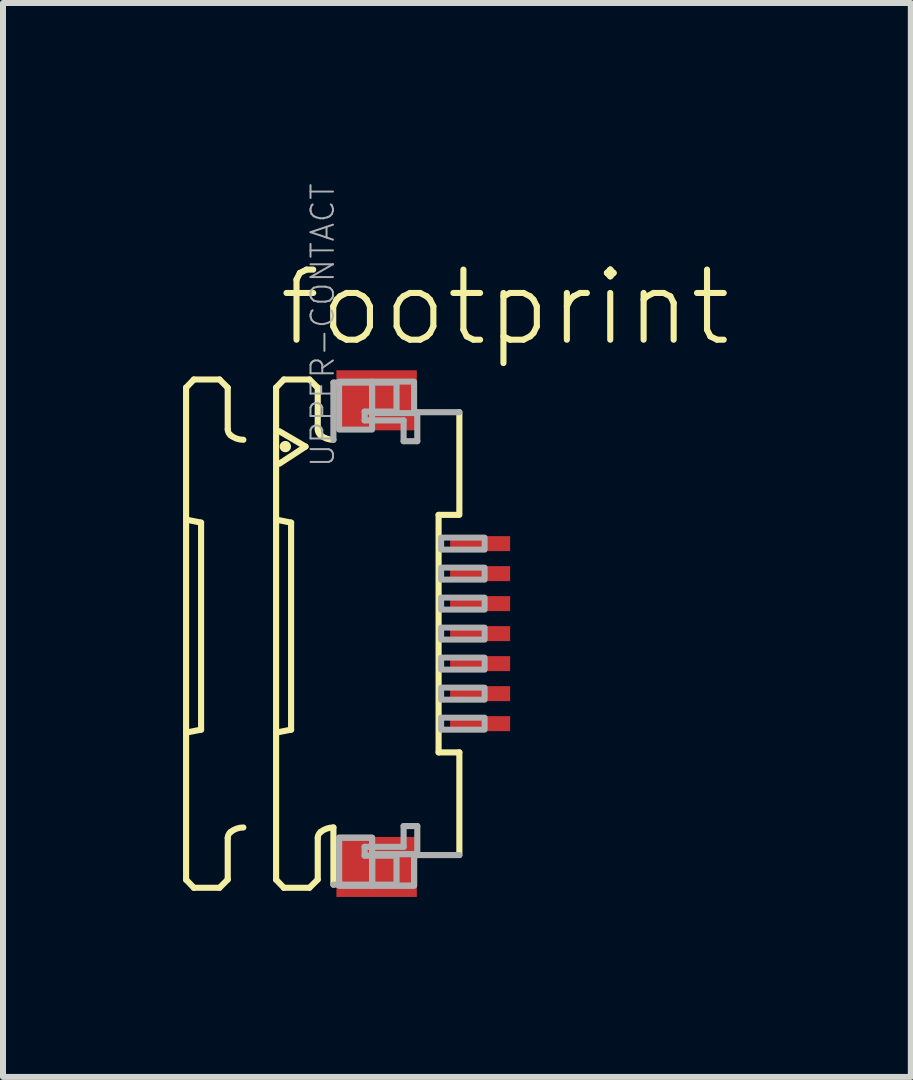
<source format=kicad_pcb>
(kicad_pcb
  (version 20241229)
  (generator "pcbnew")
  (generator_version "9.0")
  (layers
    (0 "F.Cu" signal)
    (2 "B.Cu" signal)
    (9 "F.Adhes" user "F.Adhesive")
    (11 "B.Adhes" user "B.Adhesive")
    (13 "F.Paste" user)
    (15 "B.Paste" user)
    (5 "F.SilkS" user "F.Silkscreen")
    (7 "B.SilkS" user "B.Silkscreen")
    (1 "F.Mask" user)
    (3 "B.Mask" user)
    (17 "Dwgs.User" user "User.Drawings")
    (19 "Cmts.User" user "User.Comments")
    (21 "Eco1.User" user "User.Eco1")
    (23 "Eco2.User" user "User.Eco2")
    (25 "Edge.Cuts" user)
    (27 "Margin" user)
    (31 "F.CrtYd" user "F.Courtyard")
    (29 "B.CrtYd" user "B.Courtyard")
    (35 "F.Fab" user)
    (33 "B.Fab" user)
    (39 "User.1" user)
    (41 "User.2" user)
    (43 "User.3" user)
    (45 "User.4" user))
  (footprint "footprint"
    (layer "F.Cu")
    (at 3.046 7.509)
    (property "Reference" "footprint" (at -1.5 -4.75 0) (layer "F.SilkS") (effects (font (size 1.168 1.168) (thickness 0.102)) (justify left bottom)))
    (fp_poly (pts (xy 1.355 -1.325) (xy 2.455 -1.325) (xy 2.455 -1.675) (xy 1.355 -1.675)) (stroke (width 0) (type solid)) (fill yes) (layer "F.Mask"))
    (fp_poly (pts (xy 1.355 -0.825) (xy 2.455 -0.825) (xy 2.455 -1.175) (xy 1.355 -1.175)) (stroke (width 0) (type solid)) (fill yes) (layer "F.Mask"))
    (fp_poly (pts (xy 1.355 -0.325) (xy 2.455 -0.325) (xy 2.455 -0.675) (xy 1.355 -0.675)) (stroke (width 0) (type solid)) (fill yes) (layer "F.Mask"))
    (fp_poly (pts (xy 1.355 0.175) (xy 2.455 0.175) (xy 2.455 -0.175) (xy 1.355 -0.175)) (stroke (width 0) (type solid)) (fill yes) (layer "F.Mask"))
    (fp_poly (pts (xy 1.355 0.675) (xy 2.455 0.675) (xy 2.455 0.325) (xy 1.355 0.325)) (stroke (width 0) (type solid)) (fill yes) (layer "F.Mask"))
    (fp_poly (pts (xy 1.355 1.175) (xy 2.455 1.175) (xy 2.455 0.825) (xy 1.355 0.825)) (stroke (width 0) (type solid)) (fill yes) (layer "F.Mask"))
    (fp_poly (pts (xy 1.355 1.675) (xy 2.455 1.675) (xy 2.455 1.325) (xy 1.355 1.325)) (stroke (width 0) (type solid)) (fill yes) (layer "F.Mask"))
    (fp_line (start -2.995 -4.1) (end -2.865 -4.235) (stroke (width 0.102) (type solid)) (layer "F.SilkS"))
    (fp_line (start -2.995 -1.9) (end -2.745 -1.85) (stroke (width 0.102) (type solid)) (layer "F.SilkS"))
    (fp_line (start -2.995 4.1) (end -2.995 -4.1) (stroke (width 0.102) (type solid)) (layer "F.SilkS"))
    (fp_line (start -2.995 4.1) (end -2.865 4.235) (stroke (width 0.102) (type solid)) (layer "F.SilkS"))
    (fp_line (start -2.865 -4.235) (end -2.438 -4.235) (stroke (width 0.102) (type solid)) (layer "F.SilkS"))
    (fp_line (start -2.865 4.235) (end -2.438 4.235) (stroke (width 0.102) (type solid)) (layer "F.SilkS"))
    (fp_line (start -2.745 1.6) (end -2.995 1.65) (stroke (width 0.102) (type solid)) (layer "F.SilkS"))
    (fp_line (start -2.745 1.6) (end -2.745 -1.85) (stroke (width 0.102) (type solid)) (layer "F.SilkS"))
    (fp_line (start -2.438 -4.235) (end -2.301 -4.098) (stroke (width 0.102) (type solid)) (layer "F.SilkS"))
    (fp_line (start -2.438 4.235) (end -2.301 4.098) (stroke (width 0.102) (type solid)) (layer "F.SilkS"))
    (fp_line (start -2.301 -4.098) (end -2.301 -3.406) (stroke (width 0.102) (type solid)) (layer "F.SilkS"))
    (fp_line (start -2.301 4.098) (end -2.301 3.406) (stroke (width 0.102) (type solid)) (layer "F.SilkS"))
    (fp_line (start -1.495 -4.1) (end -1.365 -4.235) (stroke (width 0.102) (type solid)) (layer "F.SilkS"))
    (fp_line (start -1.495 -1.9) (end -1.245 -1.85) (stroke (width 0.102) (type solid)) (layer "F.SilkS"))
    (fp_line (start -1.495 4.1) (end -1.495 -4.1) (stroke (width 0.102) (type solid)) (layer "F.SilkS"))
    (fp_line (start -1.495 4.1) (end -1.365 4.235) (stroke (width 0.102) (type solid)) (layer "F.SilkS"))
    (fp_line (start -1.441 -3.373) (end -1.005 -3.117) (stroke (width 0.102) (type solid)) (layer "F.SilkS"))
    (fp_line (start -1.365 -4.235) (end -0.939 -4.235) (stroke (width 0.102) (type solid)) (layer "F.SilkS"))
    (fp_line (start -1.365 4.235) (end -0.939 4.235) (stroke (width 0.102) (type solid)) (layer "F.SilkS"))
    (fp_line (start -1.245 1.6) (end -1.495 1.65) (stroke (width 0.102) (type solid)) (layer "F.SilkS"))
    (fp_line (start -1.245 1.6) (end -1.245 -1.85) (stroke (width 0.102) (type solid)) (layer "F.SilkS"))
    (fp_line (start -1.005 -3.117) (end -1.441 -2.832) (stroke (width 0.102) (type solid)) (layer "F.SilkS"))
    (fp_line (start -0.939 -4.235) (end -0.801 -4.098) (stroke (width 0.102) (type solid)) (layer "F.SilkS"))
    (fp_line (start -0.939 4.235) (end -0.801 4.098) (stroke (width 0.102) (type solid)) (layer "F.SilkS"))
    (fp_line (start -0.801 -4.098) (end -0.801 -3.406) (stroke (width 0.102) (type solid)) (layer "F.SilkS"))
    (fp_line (start -0.801 4.098) (end -0.801 3.406) (stroke (width 0.102) (type solid)) (layer "F.SilkS"))
    (fp_line (start -0.54 3.23) (end -0.54 4.183) (stroke (width 0.102) (type solid)) (layer "F.SilkS"))
    (fp_line (start 1.213 1.979) (end 1.213 -1.979) (stroke (width 0.102) (type solid)) (layer "F.SilkS"))
    (fp_line (start 1.538 -1.979) (end 1.213 -1.979) (stroke (width 0.102) (type solid)) (layer "F.SilkS"))
    (fp_line (start 1.559 -3.69) (end 1.559 -1.979) (stroke (width 0.102) (type solid)) (layer "F.SilkS"))
    (fp_line (start 1.559 1.979) (end 1.213 1.979) (stroke (width 0.102) (type solid)) (layer "F.SilkS"))
    (fp_line (start 1.559 3.69) (end 1.559 1.979) (stroke (width 0.102) (type solid)) (layer "F.SilkS"))
    (fp_arc (start -2.301 3.4057) (mid -2.288538 3.350596) (end -2.2536 3.306199) (stroke (width 0.1016) (type solid)) (layer "F.SilkS"))
    (fp_arc (start -2.2536 -3.306199) (mid -2.288538 -3.350596) (end -2.301 -3.4057) (stroke (width 0.1016) (type solid)) (layer "F.SilkS"))
    (fp_arc (start -2.2536 3.3062) (mid -2.153476 3.249935) (end -2.0403 3.230399) (stroke (width 0.1016) (type solid)) (layer "F.SilkS"))
    (fp_arc (start -2.0403 -3.230399) (mid -2.153476 -3.249935) (end -2.2536 -3.3062) (stroke (width 0.1016) (type solid)) (layer "F.SilkS"))
    (fp_arc (start -0.801 3.4057) (mid -0.788538 3.350596) (end -0.7536 3.306199) (stroke (width 0.1016) (type solid)) (layer "F.SilkS"))
    (fp_arc (start -0.7536 -3.306199) (mid -0.788538 -3.350596) (end -0.801 -3.4057) (stroke (width 0.1016) (type solid)) (layer "F.SilkS"))
    (fp_arc (start -0.7536 3.3062) (mid -0.653476 3.249935) (end -0.5403 3.230399) (stroke (width 0.1016) (type solid)) (layer "F.SilkS"))
    (fp_arc (start -0.5403 -3.230399) (mid -0.653476 -3.249935) (end -0.7536 -3.3062) (stroke (width 0.1016) (type solid)) (layer "F.SilkS"))
    (fp_circle (center -1.341 -3.117) (end -1.294 -3.117) (stroke (width 0.095) (type solid)) (fill yes) (layer "F.SilkS"))
    (fp_line (start -0.54 -4.183) (end 0.512 -4.183) (stroke (width 0.102) (type solid)) (layer "F.Fab"))
    (fp_line (start -0.54 -3.23) (end -0.54 -4.183) (stroke (width 0.102) (type solid)) (layer "F.Fab"))
    (fp_line (start -0.54 4.183) (end 0.512 4.183) (stroke (width 0.102) (type solid)) (layer "F.Fab"))
    (fp_line (start -0.019 -3.7) (end -0.019 -3.553) (stroke (width 0.102) (type solid)) (layer "F.Fab"))
    (fp_line (start -0.019 -3.553) (end 0.63 -3.553) (stroke (width 0.102) (type solid)) (layer "F.Fab"))
    (fp_line (start -0.019 3.553) (end 0.63 3.553) (stroke (width 0.102) (type solid)) (layer "F.Fab"))
    (fp_line (start -0.019 3.7) (end -0.019 3.553) (stroke (width 0.102) (type solid)) (layer "F.Fab"))
    (fp_line (start 0.512 -4.183) (end 0.512 -3.7) (stroke (width 0.102) (type solid)) (layer "F.Fab"))
    (fp_line (start 0.512 -3.7) (end -0.019 -3.7) (stroke (width 0.102) (type solid)) (layer "F.Fab"))
    (fp_line (start 0.512 3.7) (end -0.019 3.7) (stroke (width 0.102) (type solid)) (layer "F.Fab"))
    (fp_line (start 0.512 4.183) (end 0.512 3.7) (stroke (width 0.102) (type solid)) (layer "F.Fab"))
    (fp_line (start 0.63 -3.553) (end 0.63 -3.207) (stroke (width 0.102) (type solid)) (layer "F.Fab"))
    (fp_line (start 0.63 -3.207) (end 0.858 -3.207) (stroke (width 0.102) (type solid)) (layer "F.Fab"))
    (fp_line (start 0.63 3.207) (end 0.858 3.207) (stroke (width 0.102) (type solid)) (layer "F.Fab"))
    (fp_line (start 0.63 3.553) (end 0.63 3.207) (stroke (width 0.102) (type solid)) (layer "F.Fab"))
    (fp_line (start 0.858 -3.69) (end 1.559 -3.69) (stroke (width 0.102) (type solid)) (layer "F.Fab"))
    (fp_line (start 0.858 -3.207) (end 0.858 -3.69) (stroke (width 0.102) (type solid)) (layer "F.Fab"))
    (fp_line (start 0.858 3.207) (end 0.858 3.69) (stroke (width 0.102) (type solid)) (layer "F.Fab"))
    (fp_line (start 0.858 3.69) (end 1.559 3.69) (stroke (width 0.102) (type solid)) (layer "F.Fab"))
    (fp_poly (pts (xy -0.445 -3.4) (xy 0.105 -3.4) (xy 0.105 -4.2) (xy -0.445 -4.2)) (stroke (width 0.1) (type solid)) (fill no) (layer "F.Fab"))
    (fp_poly (pts (xy -0.445 4.2) (xy 0.105 4.2) (xy 0.105 3.4) (xy -0.445 3.4)) (stroke (width 0.1) (type solid)) (fill no) (layer "F.Fab"))
    (fp_poly (pts (xy -0.445 4.2) (xy 0.105 4.2) (xy 0.105 3.4) (xy -0.445 3.4)) (stroke (width 0.1) (type solid)) (fill no) (layer "F.Fab"))
    (fp_poly (pts (xy 0.105 -3.675) (xy 0.805 -3.675) (xy 0.805 -4.2) (xy 0.105 -4.2)) (stroke (width 0.1) (type solid)) (fill no) (layer "F.Fab"))
    (fp_poly (pts (xy 0.105 4.2) (xy 0.805 4.2) (xy 0.805 3.675) (xy 0.105 3.675)) (stroke (width 0.1) (type solid)) (fill no) (layer "F.Fab"))
    (fp_poly (pts (xy 0.105 4.2) (xy 0.805 4.2) (xy 0.805 3.675) (xy 0.105 3.675)) (stroke (width 0.1) (type solid)) (fill no) (layer "F.Fab"))
    (fp_poly (pts (xy 1.255 -1.4) (xy 1.98 -1.4) (xy 1.98 -1.6) (xy 1.255 -1.6)) (stroke (width 0.1) (type solid)) (fill no) (layer "F.Fab"))
    (fp_poly (pts (xy 1.255 -0.9) (xy 1.98 -0.9) (xy 1.98 -1.1) (xy 1.255 -1.1)) (stroke (width 0.1) (type solid)) (fill no) (layer "F.Fab"))
    (fp_poly (pts (xy 1.255 -0.4) (xy 1.98 -0.4) (xy 1.98 -0.6) (xy 1.255 -0.6)) (stroke (width 0.1) (type solid)) (fill no) (layer "F.Fab"))
    (fp_poly (pts (xy 1.255 0.1) (xy 1.98 0.1) (xy 1.98 -0.1) (xy 1.255 -0.1)) (stroke (width 0.1) (type solid)) (fill no) (layer "F.Fab"))
    (fp_poly (pts (xy 1.255 0.6) (xy 1.98 0.6) (xy 1.98 0.4) (xy 1.255 0.4)) (stroke (width 0.1) (type solid)) (fill no) (layer "F.Fab"))
    (fp_poly (pts (xy 1.255 1.1) (xy 1.98 1.1) (xy 1.98 0.9) (xy 1.255 0.9)) (stroke (width 0.1) (type solid)) (fill no) (layer "F.Fab"))
    (fp_poly (pts (xy 1.255 1.6) (xy 1.98 1.6) (xy 1.98 1.4) (xy 1.255 1.4)) (stroke (width 0.1) (type solid)) (fill no) (layer "F.Fab"))
    (fp_text user "UPPER-CONTACT" (at -0.5 -2.75 270) (layer "F.Fab") (effects (font (size 0.374 0.374) (thickness 0.033)) (justify left bottom)))
    (pad "1" smd rect (at 1.905 -1.5) (size 1 0.25) (layers "F.Cu" "F.Paste"))
    (pad "2" smd rect (at 1.905 -1) (size 1 0.25) (layers "F.Cu" "F.Paste"))
    (pad "3" smd rect (at 1.905 -0.5) (size 1 0.25) (layers "F.Cu" "F.Paste"))
    (pad "4" smd rect (at 1.905 0) (size 1 0.25) (layers "F.Cu" "F.Paste"))
    (pad "5" smd rect (at 1.905 0.5) (size 1 0.25) (layers "F.Cu" "F.Paste"))
    (pad "6" smd rect (at 1.905 1) (size 1 0.25) (layers "F.Cu" "F.Paste"))
    (pad "7" smd rect (at 1.905 1.5) (size 1 0.25) (layers "F.Cu" "F.Paste"))
    (pad "M1" smd rect (at 0.18 -3.888) (size 1.34 1) (layers "F.Cu" "F.Mask" "F.Paste"))
    (pad "M2" smd rect (at 0.18 3.888) (size 1.34 1) (layers "F.Cu" "F.Mask" "F.Paste")))
  (gr_rect
    (start -3 -3)
    (end 12.128 14.896)
    (stroke (width 0.1) (type default))
    (fill no)
    (layer "Edge.Cuts")))
</source>
